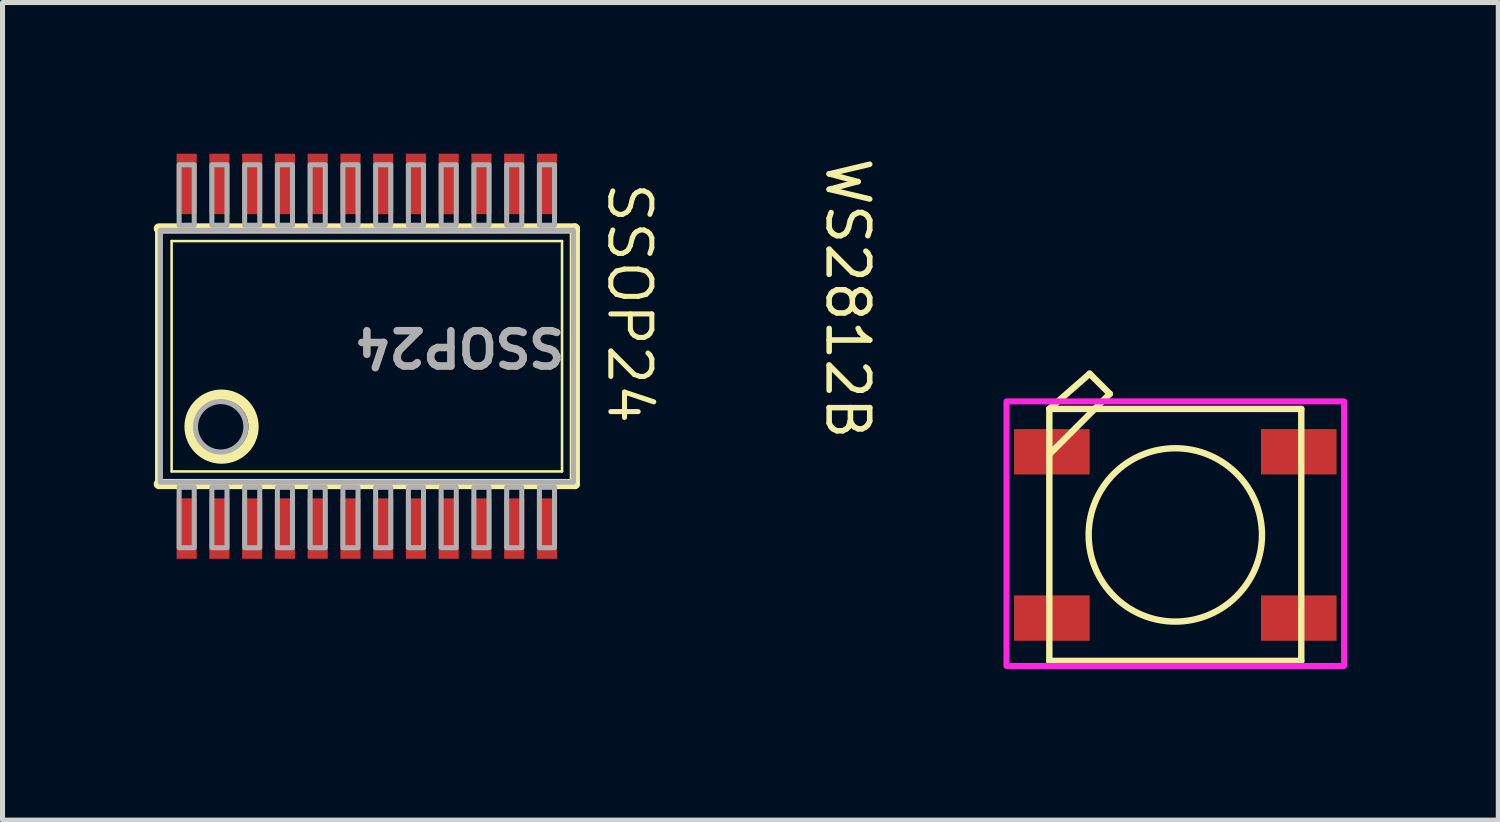
<source format=kicad_pcb>
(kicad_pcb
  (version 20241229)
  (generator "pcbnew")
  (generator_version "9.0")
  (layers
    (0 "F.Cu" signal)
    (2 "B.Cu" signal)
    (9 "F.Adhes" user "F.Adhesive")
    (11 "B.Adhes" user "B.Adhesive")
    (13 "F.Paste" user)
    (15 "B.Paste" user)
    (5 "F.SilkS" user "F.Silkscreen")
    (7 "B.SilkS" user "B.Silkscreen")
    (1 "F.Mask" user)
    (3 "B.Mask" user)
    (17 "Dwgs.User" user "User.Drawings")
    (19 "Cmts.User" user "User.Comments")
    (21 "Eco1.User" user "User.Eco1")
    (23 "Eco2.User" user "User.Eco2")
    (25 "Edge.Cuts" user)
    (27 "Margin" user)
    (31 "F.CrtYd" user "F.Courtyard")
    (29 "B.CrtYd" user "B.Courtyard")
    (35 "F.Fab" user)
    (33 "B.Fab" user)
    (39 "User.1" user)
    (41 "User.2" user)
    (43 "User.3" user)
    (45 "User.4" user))
  (footprint "SSOP24"
    (layer "F.Cu")
    (at 4.23 4.02)
    (property "Reference" "SSOP24" (at 5.69 1.397 270) (unlocked yes) (layer "F.SilkS") (effects (font (size 0.814 0.814) (thickness 0.1)) (justify right top)))
    (fp_line (start -4.128 2.536) (end -4.128 -2.536) (stroke (width 0.15) (type solid)) (layer "F.SilkS"))
    (fp_line (start -4.128 2.536) (end 4.128 2.536) (stroke (width 0.203) (type solid)) (layer "F.SilkS"))
    (fp_line (start -3.874 2.286) (end -3.874 -2.286) (stroke (width 0.051) (type solid)) (layer "F.SilkS"))
    (fp_line (start -3.874 2.286) (end 3.874 2.286) (stroke (width 0.051) (type solid)) (layer "F.SilkS"))
    (fp_line (start 3.874 -2.286) (end -3.874 -2.286) (stroke (width 0.051) (type solid)) (layer "F.SilkS"))
    (fp_line (start 3.874 -2.286) (end 3.874 2.286) (stroke (width 0.051) (type solid)) (layer "F.SilkS"))
    (fp_line (start 4.128 -2.536) (end -4.128 -2.536) (stroke (width 0.203) (type solid)) (layer "F.SilkS"))
    (fp_line (start 4.128 2.536) (end 4.128 -2.536) (stroke (width 0.203) (type solid)) (layer "F.SilkS"))
    (fp_circle (center -2.883 1.397) (end -2.248 1.397) (stroke (width 0.203) (type solid)) (fill no) (layer "F.SilkS"))
    (fp_rect (start -4.1 -2.5) (end 4.1 2.5) (stroke (width 0.1) (type default)) (fill no) (layer "F.Fab"))
    (fp_circle (center -2.9 1.4) (end -3.2 1) (stroke (width 0.1) (type default)) (fill no) (layer "F.Fab"))
    (fp_poly (pts (xy -3.725 -2.6) (xy -3.425 -2.6) (xy -3.425 -3.8) (xy -3.725 -3.8)) (stroke (width 0.1) (type default)) (fill no) (layer "F.Fab"))
    (fp_poly (pts (xy -3.725 3.8) (xy -3.425 3.8) (xy -3.425 2.6) (xy -3.725 2.6)) (stroke (width 0.1) (type default)) (fill no) (layer "F.Fab"))
    (fp_poly (pts (xy -3.075 -2.6) (xy -2.775 -2.6) (xy -2.775 -3.8) (xy -3.075 -3.8)) (stroke (width 0.1) (type default)) (fill no) (layer "F.Fab"))
    (fp_poly (pts (xy -3.075 3.8) (xy -2.775 3.8) (xy -2.775 2.6) (xy -3.075 2.6)) (stroke (width 0.1) (type default)) (fill no) (layer "F.Fab"))
    (fp_poly (pts (xy -2.425 -2.6) (xy -2.125 -2.6) (xy -2.125 -3.8) (xy -2.425 -3.8)) (stroke (width 0.1) (type default)) (fill no) (layer "F.Fab"))
    (fp_poly (pts (xy -2.425 3.8) (xy -2.125 3.8) (xy -2.125 2.6) (xy -2.425 2.6)) (stroke (width 0.1) (type default)) (fill no) (layer "F.Fab"))
    (fp_poly (pts (xy -1.775 -2.6) (xy -1.475 -2.6) (xy -1.475 -3.8) (xy -1.775 -3.8)) (stroke (width 0.1) (type default)) (fill no) (layer "F.Fab"))
    (fp_poly (pts (xy -1.775 3.8) (xy -1.475 3.8) (xy -1.475 2.6) (xy -1.775 2.6)) (stroke (width 0.1) (type default)) (fill no) (layer "F.Fab"))
    (fp_poly (pts (xy -1.125 -2.6) (xy -0.825 -2.6) (xy -0.825 -3.8) (xy -1.125 -3.8)) (stroke (width 0.1) (type default)) (fill no) (layer "F.Fab"))
    (fp_poly (pts (xy -1.125 3.8) (xy -0.825 3.8) (xy -0.825 2.6) (xy -1.125 2.6)) (stroke (width 0.1) (type default)) (fill no) (layer "F.Fab"))
    (fp_poly (pts (xy -0.475 -2.6) (xy -0.175 -2.6) (xy -0.175 -3.8) (xy -0.475 -3.8)) (stroke (width 0.1) (type default)) (fill no) (layer "F.Fab"))
    (fp_poly (pts (xy -0.475 3.8) (xy -0.175 3.8) (xy -0.175 2.6) (xy -0.475 2.6)) (stroke (width 0.1) (type default)) (fill no) (layer "F.Fab"))
    (fp_poly (pts (xy 0.175 -2.6) (xy 0.475 -2.6) (xy 0.475 -3.8) (xy 0.175 -3.8)) (stroke (width 0.1) (type default)) (fill no) (layer "F.Fab"))
    (fp_poly (pts (xy 0.175 3.8) (xy 0.475 3.8) (xy 0.475 2.6) (xy 0.175 2.6)) (stroke (width 0.1) (type default)) (fill no) (layer "F.Fab"))
    (fp_poly (pts (xy 0.825 -2.6) (xy 1.125 -2.6) (xy 1.125 -3.8) (xy 0.825 -3.8)) (stroke (width 0.1) (type default)) (fill no) (layer "F.Fab"))
    (fp_poly (pts (xy 0.825 3.8) (xy 1.125 3.8) (xy 1.125 2.6) (xy 0.825 2.6)) (stroke (width 0.1) (type default)) (fill no) (layer "F.Fab"))
    (fp_poly (pts (xy 1.475 -2.6) (xy 1.775 -2.6) (xy 1.775 -3.8) (xy 1.475 -3.8)) (stroke (width 0.1) (type default)) (fill no) (layer "F.Fab"))
    (fp_poly (pts (xy 1.475 3.8) (xy 1.775 3.8) (xy 1.775 2.6) (xy 1.475 2.6)) (stroke (width 0.1) (type default)) (fill no) (layer "F.Fab"))
    (fp_poly (pts (xy 2.125 -2.6) (xy 2.425 -2.6) (xy 2.425 -3.8) (xy 2.125 -3.8)) (stroke (width 0.1) (type default)) (fill no) (layer "F.Fab"))
    (fp_poly (pts (xy 2.125 3.8) (xy 2.425 3.8) (xy 2.425 2.6) (xy 2.125 2.6)) (stroke (width 0.1) (type default)) (fill no) (layer "F.Fab"))
    (fp_poly (pts (xy 2.775 -2.6) (xy 3.075 -2.6) (xy 3.075 -3.8) (xy 2.775 -3.8)) (stroke (width 0.1) (type default)) (fill no) (layer "F.Fab"))
    (fp_poly (pts (xy 2.775 3.8) (xy 3.075 3.8) (xy 3.075 2.6) (xy 2.775 2.6)) (stroke (width 0.1) (type default)) (fill no) (layer "F.Fab"))
    (fp_poly (pts (xy 3.425 -2.6) (xy 3.725 -2.6) (xy 3.725 -3.8) (xy 3.425 -3.8)) (stroke (width 0.1) (type default)) (fill no) (layer "F.Fab"))
    (fp_poly (pts (xy 3.425 3.8) (xy 3.725 3.8) (xy 3.725 2.6) (xy 3.425 2.6)) (stroke (width 0.1) (type default)) (fill no) (layer "F.Fab"))
    (fp_text user "${REFERENCE}" (at 4 -0.6 180) (unlocked yes) (layer "F.Fab") (effects (font (size 0.7 0.7) (thickness 0.15)) (justify left bottom)))
    (pad "1" smd rect (at -3.575 3.42) (size 0.4 1.2) (layers "F.Cu" "F.Mask" "F.Paste"))
    (pad "2" smd rect (at -2.925 3.42) (size 0.4 1.2) (layers "F.Cu" "F.Mask" "F.Paste"))
    (pad "3" smd rect (at -2.275 3.42) (size 0.4 1.2) (layers "F.Cu" "F.Mask" "F.Paste"))
    (pad "4" smd rect (at -1.625 3.42) (size 0.4 1.2) (layers "F.Cu" "F.Mask" "F.Paste"))
    (pad "5" smd rect (at -0.975 3.42) (size 0.4 1.2) (layers "F.Cu" "F.Mask" "F.Paste"))
    (pad "6" smd rect (at -0.325 3.42) (size 0.4 1.2) (layers "F.Cu" "F.Mask" "F.Paste"))
    (pad "7" smd rect (at 0.325 3.42) (size 0.4 1.2) (layers "F.Cu" "F.Mask" "F.Paste"))
    (pad "8" smd rect (at 0.975 3.42) (size 0.4 1.2) (layers "F.Cu" "F.Mask" "F.Paste"))
    (pad "9" smd rect (at 1.625 3.42) (size 0.4 1.2) (layers "F.Cu" "F.Mask" "F.Paste"))
    (pad "10" smd rect (at 2.275 3.42) (size 0.4 1.2) (layers "F.Cu" "F.Mask" "F.Paste"))
    (pad "11" smd rect (at 2.925 3.42) (size 0.4 1.2) (layers "F.Cu" "F.Mask" "F.Paste"))
    (pad "12" smd rect (at 3.575 3.42) (size 0.4 1.2) (layers "F.Cu" "F.Mask" "F.Paste"))
    (pad "13" smd rect (at 3.575 -3.42) (size 0.4 1.2) (layers "F.Cu" "F.Mask" "F.Paste"))
    (pad "14" smd rect (at 2.925 -3.42) (size 0.4 1.2) (layers "F.Cu" "F.Mask" "F.Paste"))
    (pad "15" smd rect (at 2.275 -3.42) (size 0.4 1.2) (layers "F.Cu" "F.Mask" "F.Paste"))
    (pad "16" smd rect (at 1.625 -3.42) (size 0.4 1.2) (layers "F.Cu" "F.Mask" "F.Paste"))
    (pad "17" smd rect (at 0.975 -3.42) (size 0.4 1.2) (layers "F.Cu" "F.Mask" "F.Paste"))
    (pad "18" smd rect (at 0.325 -3.42) (size 0.4 1.2) (layers "F.Cu" "F.Mask" "F.Paste"))
    (pad "19" smd rect (at -0.325 -3.42) (size 0.4 1.2) (layers "F.Cu" "F.Mask" "F.Paste"))
    (pad "20" smd rect (at -0.975 -3.42) (size 0.4 1.2) (layers "F.Cu" "F.Mask" "F.Paste"))
    (pad "21" smd rect (at -1.625 -3.42) (size 0.4 1.2) (layers "F.Cu" "F.Mask" "F.Paste"))
    (pad "22" smd rect (at -2.275 -3.42) (size 0.4 1.2) (layers "F.Cu" "F.Mask" "F.Paste"))
    (pad "23" smd rect (at -2.925 -3.42) (size 0.4 1.2) (layers "F.Cu" "F.Mask" "F.Paste"))
    (pad "24" smd rect (at -3.575 -3.42) (size 0.4 1.2) (layers "F.Cu" "F.Mask" "F.Paste")))
  (footprint "WS2812B"
    (layer "F.Cu")
    (at 20.275 7.566)
    (property "Reference" "WS2812B" (at -6.032 -1.841 270) (unlocked yes) (layer "F.SilkS") (effects (font (size 0.805 0.805) (thickness 0.11)) (justify right top)))
    (attr smd)
    (fp_line (start -2.5 -2.5) (end -1.6 -2.5) (stroke (width 0.127) (type solid)) (layer "F.SilkS"))
    (fp_line (start -2.5 -1.6) (end -2.5 -2.5) (stroke (width 0.127) (type solid)) (layer "F.SilkS"))
    (fp_line (start -2.5 -1.6) (end -1.6 -2.5) (stroke (width 0.127) (type solid)) (layer "F.SilkS"))
    (fp_line (start -2.5 2.5) (end -2.5 -1.6) (stroke (width 0.127) (type solid)) (layer "F.SilkS"))
    (fp_line (start -1.7 -3.2) (end -2.5 -2.5) (stroke (width 0.127) (type solid)) (layer "F.SilkS"))
    (fp_line (start -1.6 -2.5) (end -1.3 -2.8) (stroke (width 0.127) (type solid)) (layer "F.SilkS"))
    (fp_line (start -1.6 -2.5) (end 2.5 -2.5) (stroke (width 0.127) (type solid)) (layer "F.SilkS"))
    (fp_line (start -1.3 -2.8) (end -1.7 -3.2) (stroke (width 0.127) (type solid)) (layer "F.SilkS"))
    (fp_line (start 2.5 -2.5) (end 2.5 2.5) (stroke (width 0.127) (type solid)) (layer "F.SilkS"))
    (fp_line (start 2.5 2.5) (end -2.5 2.5) (stroke (width 0.127) (type solid)) (layer "F.SilkS"))
    (fp_circle (center 0 0) (end 1.72 0) (stroke (width 0.127) (type solid)) (fill no) (layer "F.SilkS"))
    (fp_rect (start -3.35 -2.65) (end 3.35 2.6) (stroke (width 0.12) (type default)) (fill no) (layer "F.CrtYd"))
    (pad "1-VDD" smd rect (at 2.45 1.65) (size 1.5 0.9) (layers "F.Cu" "F.Mask" "F.Paste"))
    (pad "2-DOUT" smd rect (at 2.45 -1.65) (size 1.5 0.9) (layers "F.Cu" "F.Mask" "F.Paste"))
    (pad "3-GND" smd rect (at -2.45 -1.65) (size 1.5 0.9) (layers "F.Cu" "F.Mask" "F.Paste"))
    (pad "4-DIN" smd rect (at -2.45 1.65) (size 1.5 0.9) (layers "F.Cu" "F.Mask" "F.Paste")))
  (gr_rect
    (start -3 -3)
    (end 26.685 13.226)
    (stroke (width 0.1) (type default))
    (fill no)
    (layer "Edge.Cuts")))
</source>
